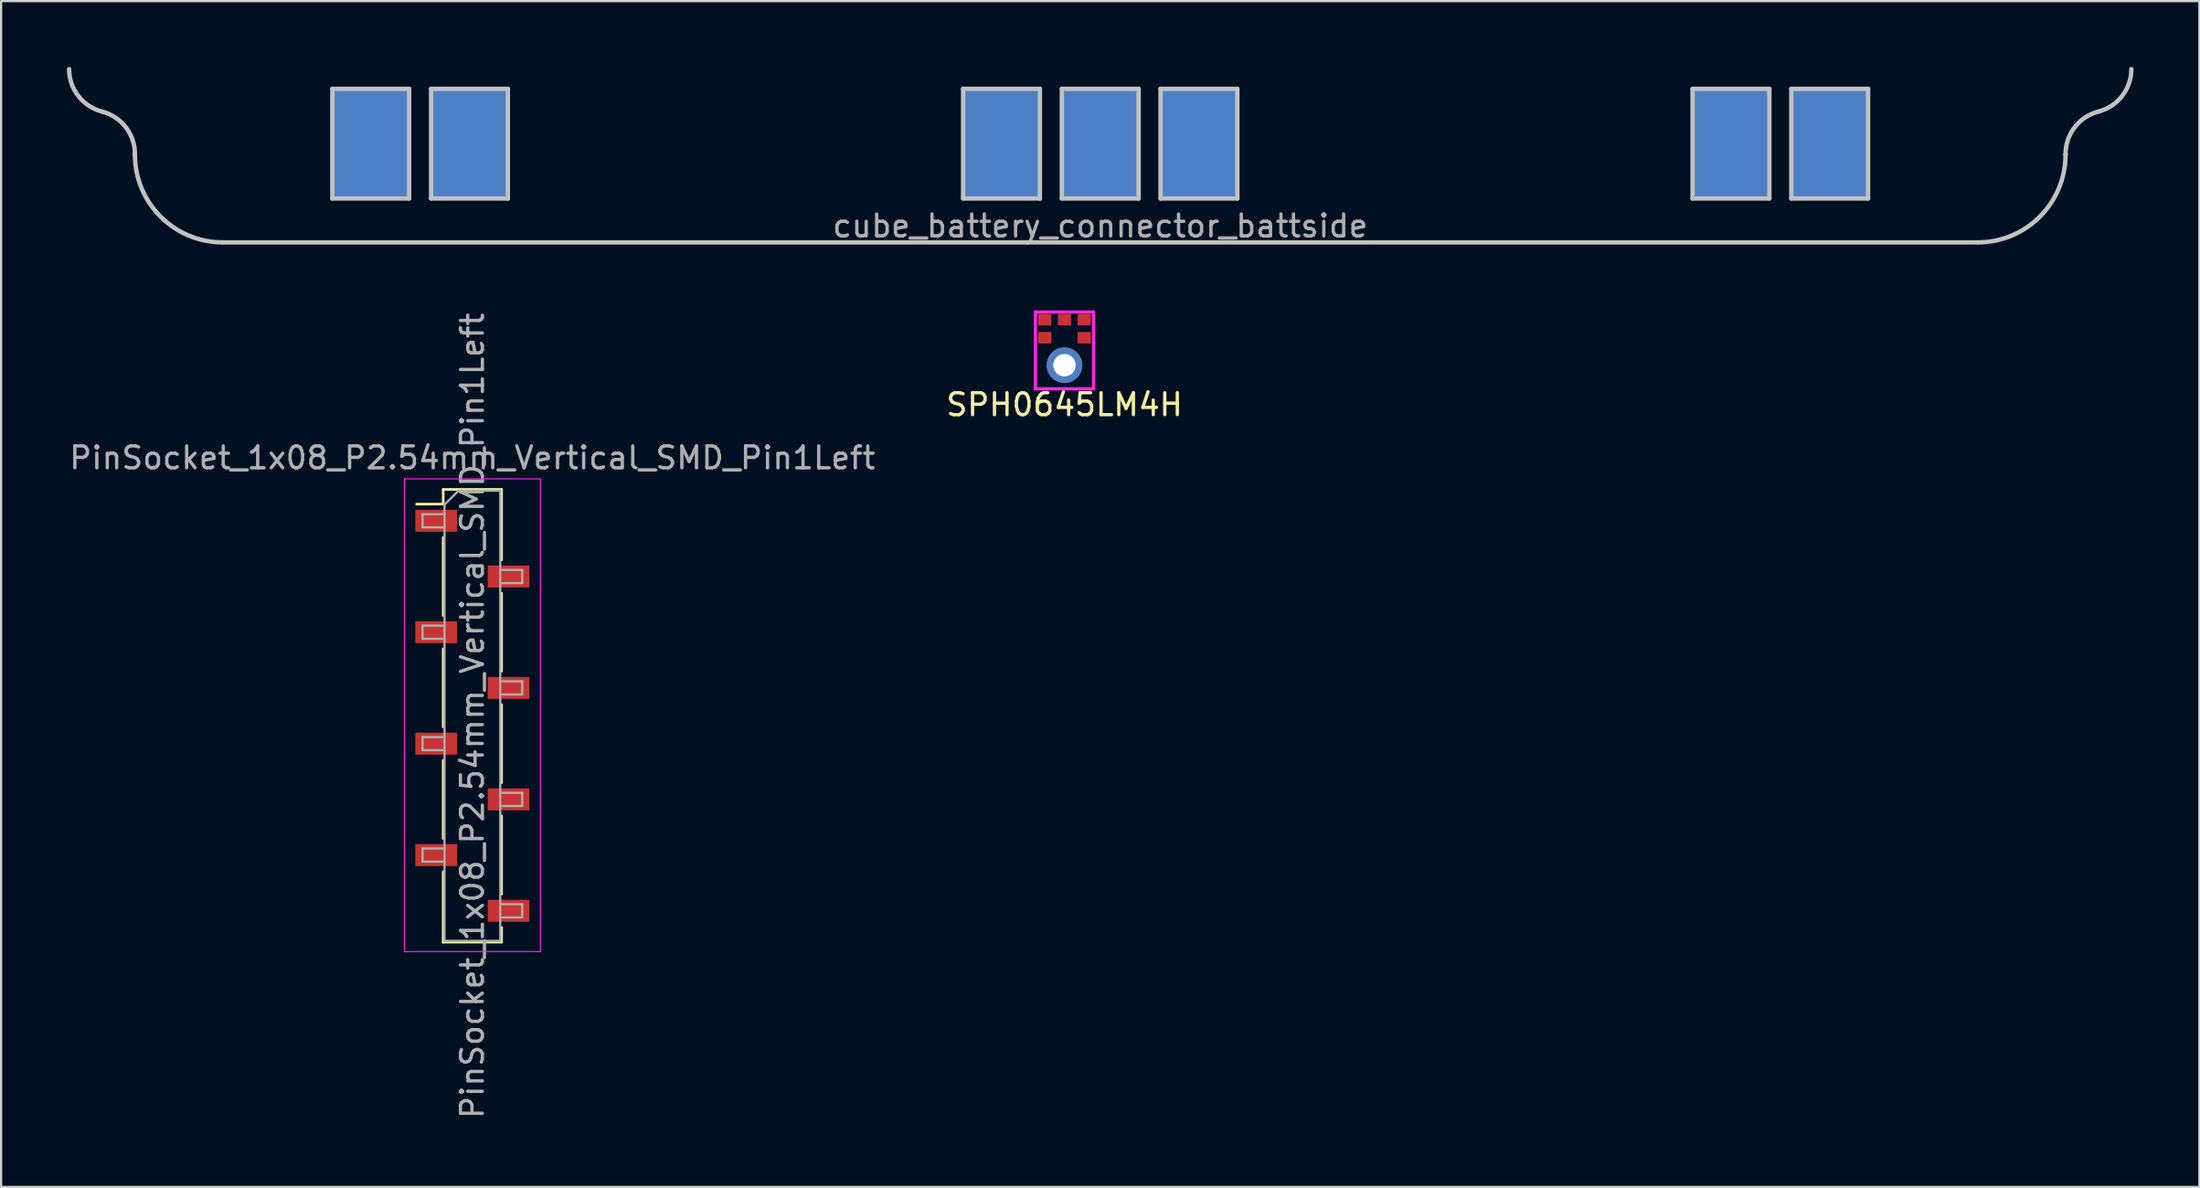
<source format=kicad_pcb>
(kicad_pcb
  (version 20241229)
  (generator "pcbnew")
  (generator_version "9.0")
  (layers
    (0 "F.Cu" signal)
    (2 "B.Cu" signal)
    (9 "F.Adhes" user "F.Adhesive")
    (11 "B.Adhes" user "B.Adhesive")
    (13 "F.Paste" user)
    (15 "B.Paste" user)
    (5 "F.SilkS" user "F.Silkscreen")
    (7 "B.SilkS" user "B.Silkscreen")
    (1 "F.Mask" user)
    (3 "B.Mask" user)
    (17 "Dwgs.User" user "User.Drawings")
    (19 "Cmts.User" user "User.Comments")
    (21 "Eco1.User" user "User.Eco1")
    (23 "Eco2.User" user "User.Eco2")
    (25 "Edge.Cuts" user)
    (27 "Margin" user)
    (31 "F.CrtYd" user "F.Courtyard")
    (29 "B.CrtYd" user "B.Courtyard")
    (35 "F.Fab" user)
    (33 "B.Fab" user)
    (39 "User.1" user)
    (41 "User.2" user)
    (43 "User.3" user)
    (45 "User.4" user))
  (footprint "PinSocket_1x08_P2.54mm_Vertical_SMD_Pin1Left"
    (layer "F.Cu")
    (at 18.482 29.582)
    (property "Reference" "PinSocket_1x08_P2.54mm_Vertical_SMD_Pin1Left" (at 0 -11.76 0) (layer "F.Fab") (effects (font (size 1 1) (thickness 0.15))))
    (attr smd)
    (fp_line (start -2.54 -9.65) (end -1.33 -9.65) (stroke (width 0.12) (type solid)) (layer "F.SilkS"))
    (fp_line (start -1.33 -10.32) (end -1.33 -9.65) (stroke (width 0.12) (type solid)) (layer "F.SilkS"))
    (fp_line (start -1.33 -10.32) (end 1.33 -10.32) (stroke (width 0.12) (type solid)) (layer "F.SilkS"))
    (fp_line (start -1.33 -8.13) (end -1.33 -4.57) (stroke (width 0.12) (type solid)) (layer "F.SilkS"))
    (fp_line (start -1.33 -3.05) (end -1.33 0.51) (stroke (width 0.12) (type solid)) (layer "F.SilkS"))
    (fp_line (start -1.33 2.03) (end -1.33 5.59) (stroke (width 0.12) (type solid)) (layer "F.SilkS"))
    (fp_line (start -1.33 7.11) (end -1.33 10.32) (stroke (width 0.12) (type solid)) (layer "F.SilkS"))
    (fp_line (start -1.33 10.32) (end 1.33 10.32) (stroke (width 0.12) (type solid)) (layer "F.SilkS"))
    (fp_line (start 1.33 -10.32) (end 1.33 -7.11) (stroke (width 0.12) (type solid)) (layer "F.SilkS"))
    (fp_line (start 1.33 -5.59) (end 1.33 -2.03) (stroke (width 0.12) (type solid)) (layer "F.SilkS"))
    (fp_line (start 1.33 -0.51) (end 1.33 3.05) (stroke (width 0.12) (type solid)) (layer "F.SilkS"))
    (fp_line (start 1.33 4.57) (end 1.33 8.13) (stroke (width 0.12) (type solid)) (layer "F.SilkS"))
    (fp_line (start 1.33 9.65) (end 1.33 10.32) (stroke (width 0.12) (type solid)) (layer "F.SilkS"))
    (fp_line (start -3.1 -10.8) (end 3.1 -10.8) (stroke (width 0.05) (type solid)) (layer "F.CrtYd"))
    (fp_line (start -3.1 10.75) (end -3.1 -10.8) (stroke (width 0.05) (type solid)) (layer "F.CrtYd"))
    (fp_line (start 3.1 -10.8) (end 3.1 10.75) (stroke (width 0.05) (type solid)) (layer "F.CrtYd"))
    (fp_line (start 3.1 10.75) (end -3.1 10.75) (stroke (width 0.05) (type solid)) (layer "F.CrtYd"))
    (fp_line (start -2.27 -9.19) (end -1.27 -9.19) (stroke (width 0.1) (type solid)) (layer "F.Fab"))
    (fp_line (start -2.27 -8.59) (end -2.27 -9.19) (stroke (width 0.1) (type solid)) (layer "F.Fab"))
    (fp_line (start -2.27 -4.11) (end -1.27 -4.11) (stroke (width 0.1) (type solid)) (layer "F.Fab"))
    (fp_line (start -2.27 -3.51) (end -2.27 -4.11) (stroke (width 0.1) (type solid)) (layer "F.Fab"))
    (fp_line (start -2.27 0.97) (end -1.27 0.97) (stroke (width 0.1) (type solid)) (layer "F.Fab"))
    (fp_line (start -2.27 1.57) (end -2.27 0.97) (stroke (width 0.1) (type solid)) (layer "F.Fab"))
    (fp_line (start -2.27 6.05) (end -1.27 6.05) (stroke (width 0.1) (type solid)) (layer "F.Fab"))
    (fp_line (start -2.27 6.65) (end -2.27 6.05) (stroke (width 0.1) (type solid)) (layer "F.Fab"))
    (fp_line (start -1.27 -9.625) (end -0.635 -10.26) (stroke (width 0.1) (type solid)) (layer "F.Fab"))
    (fp_line (start -1.27 -8.59) (end -2.27 -8.59) (stroke (width 0.1) (type solid)) (layer "F.Fab"))
    (fp_line (start -1.27 -3.51) (end -2.27 -3.51) (stroke (width 0.1) (type solid)) (layer "F.Fab"))
    (fp_line (start -1.27 1.57) (end -2.27 1.57) (stroke (width 0.1) (type solid)) (layer "F.Fab"))
    (fp_line (start -1.27 6.65) (end -2.27 6.65) (stroke (width 0.1) (type solid)) (layer "F.Fab"))
    (fp_line (start -1.27 10.26) (end -1.27 -9.625) (stroke (width 0.1) (type solid)) (layer "F.Fab"))
    (fp_line (start -0.635 -10.26) (end 1.27 -10.26) (stroke (width 0.1) (type solid)) (layer "F.Fab"))
    (fp_line (start 1.27 -10.26) (end 1.27 10.26) (stroke (width 0.1) (type solid)) (layer "F.Fab"))
    (fp_line (start 1.27 -6.65) (end 2.27 -6.65) (stroke (width 0.1) (type solid)) (layer "F.Fab"))
    (fp_line (start 1.27 -1.57) (end 2.27 -1.57) (stroke (width 0.1) (type solid)) (layer "F.Fab"))
    (fp_line (start 1.27 3.51) (end 2.27 3.51) (stroke (width 0.1) (type solid)) (layer "F.Fab"))
    (fp_line (start 1.27 8.59) (end 2.27 8.59) (stroke (width 0.1) (type solid)) (layer "F.Fab"))
    (fp_line (start 1.27 10.26) (end -1.27 10.26) (stroke (width 0.1) (type solid)) (layer "F.Fab"))
    (fp_line (start 2.27 -6.65) (end 2.27 -6.05) (stroke (width 0.1) (type solid)) (layer "F.Fab"))
    (fp_line (start 2.27 -6.05) (end 1.27 -6.05) (stroke (width 0.1) (type solid)) (layer "F.Fab"))
    (fp_line (start 2.27 -1.57) (end 2.27 -0.97) (stroke (width 0.1) (type solid)) (layer "F.Fab"))
    (fp_line (start 2.27 -0.97) (end 1.27 -0.97) (stroke (width 0.1) (type solid)) (layer "F.Fab"))
    (fp_line (start 2.27 3.51) (end 2.27 4.11) (stroke (width 0.1) (type solid)) (layer "F.Fab"))
    (fp_line (start 2.27 4.11) (end 1.27 4.11) (stroke (width 0.1) (type solid)) (layer "F.Fab"))
    (fp_line (start 2.27 8.59) (end 2.27 9.19) (stroke (width 0.1) (type solid)) (layer "F.Fab"))
    (fp_line (start 2.27 9.19) (end 1.27 9.19) (stroke (width 0.1) (type solid)) (layer "F.Fab"))
    (fp_text user "${REFERENCE}" (at 0 0 90) (layer "F.Fab") (effects (font (size 1 1) (thickness 0.15))))
    (pad "1" smd rect (at -1.65 -8.89) (size 1.9 1) (layers "F.Cu" "F.Mask" "F.Paste"))
    (pad "2" smd rect (at 1.65 -6.35) (size 1.9 1) (layers "F.Cu" "F.Mask" "F.Paste"))
    (pad "3" smd rect (at -1.65 -3.81) (size 1.9 1) (layers "F.Cu" "F.Mask" "F.Paste"))
    (pad "4" smd rect (at 1.65 -1.27) (size 1.9 1) (layers "F.Cu" "F.Mask" "F.Paste"))
    (pad "5" smd rect (at -1.65 1.27) (size 1.9 1) (layers "F.Cu" "F.Mask" "F.Paste"))
    (pad "6" smd rect (at 1.65 3.81) (size 1.9 1) (layers "F.Cu" "F.Mask" "F.Paste"))
    (pad "7" smd rect (at -1.65 6.35) (size 1.9 1) (layers "F.Cu" "F.Mask" "F.Paste"))
    (pad "8" smd rect (at 1.65 8.89) (size 1.9 1) (layers "F.Cu" "F.Mask" "F.Paste")))
  (footprint "SPH0645LM4H"
    (layer "F.Cu")
    (at 45.47 12.925)
    (property "Reference" "SPH0645LM4H" (at 0 2.474 0) (layer "F.SilkS") (effects (font (size 1 1) (thickness 0.15))))
    (attr through_hole)
    (fp_arc (start -0.636211 0.481149) (mid -0.472721 0.20657) (end -0.2 0.04) (stroke (width 0.3) (type solid)) (layer "F.Paste"))
    (fp_arc (start -0.183425 1.311912) (mid -0.472068 1.140614) (end -0.64 0.85) (stroke (width 0.3) (type solid)) (layer "F.Paste"))
    (fp_arc (start 0.168626 0.035203) (mid 0.468857 0.208523) (end 0.64 0.51) (stroke (width 0.3) (type solid)) (layer "F.Paste"))
    (fp_arc (start 0.628609 0.869568) (mid 0.456004 1.148823) (end 0.17 1.31) (stroke (width 0.3) (type solid)) (layer "F.Paste"))
    (fp_line (start -1.325 -1.75) (end -1.325 1.75) (stroke (width 0.15) (type solid)) (layer "F.CrtYd"))
    (fp_line (start -1.325 1.75) (end 1.325 1.75) (stroke (width 0.15) (type solid)) (layer "F.CrtYd"))
    (fp_line (start 1.325 -1.75) (end -1.325 -1.75) (stroke (width 0.15) (type solid)) (layer "F.CrtYd"))
    (fp_line (start 1.325 1.75) (end 1.325 -1.75) (stroke (width 0.15) (type solid)) (layer "F.CrtYd"))
    (pad "1" smd rect (at -0.9 -1.4) (size 0.6 0.522) (layers "F.Cu" "F.Mask" "F.Paste"))
    (pad "2" smd rect (at -0.9 -0.578) (size 0.6 0.522) (layers "F.Cu" "F.Mask" "F.Paste"))
    (pad "3" thru_hole circle (at 0 0.674) (size 1.624 1.624) (drill 1.024) (layers "*.Cu" "*.Mask"))
    (pad "4" smd rect (at 0.9 -0.578) (size 0.6 0.522) (layers "F.Cu" "F.Mask" "F.Paste"))
    (pad "5" smd rect (at 0.9 -1.4) (size 0.6 0.522) (layers "F.Cu" "F.Mask" "F.Paste"))
    (pad "6" smd rect (at 0 -1.4) (size 0.6 0.522) (layers "F.Cu" "F.Mask" "F.Paste")))
  (footprint "cube_battery_connector_battside"
    (layer "F.Cu")
    (at 47.1 3.5)
    (property "Reference" "cube_battery_connector_battside" (at 0 3.75 0) (layer "F.Fab") (effects (font (size 1 1) (thickness 0.15))))
    (attr through_hole)
    (fp_line (start -44 0.473) (end -44 0.5) (stroke (width 0.2) (type solid)) (layer "Dwgs.User"))
    (fp_line (start -40 4.5) (end 40 4.5) (stroke (width 0.2) (type solid)) (layer "Dwgs.User"))
    (fp_line (start -35 -2.5) (end -31.5 -2.5) (stroke (width 0.2) (type solid)) (layer "Dwgs.User"))
    (fp_line (start -35 2.5) (end -35 -2.5) (stroke (width 0.2) (type solid)) (layer "Dwgs.User"))
    (fp_line (start -31.5 -2.5) (end -31.5 2.5) (stroke (width 0.2) (type solid)) (layer "Dwgs.User"))
    (fp_line (start -31.5 2.5) (end -35 2.5) (stroke (width 0.2) (type solid)) (layer "Dwgs.User"))
    (fp_line (start -30.5 -2.5) (end -27 -2.5) (stroke (width 0.2) (type solid)) (layer "Dwgs.User"))
    (fp_line (start -30.5 2.5) (end -30.5 -2.5) (stroke (width 0.2) (type solid)) (layer "Dwgs.User"))
    (fp_line (start -27 -2.5) (end -27 2.5) (stroke (width 0.2) (type solid)) (layer "Dwgs.User"))
    (fp_line (start -27 2.5) (end -30.5 2.5) (stroke (width 0.2) (type solid)) (layer "Dwgs.User"))
    (fp_line (start -6.25 -2.5) (end -6.25 2.5) (stroke (width 0.2) (type solid)) (layer "Dwgs.User"))
    (fp_line (start -6.25 2.5) (end -2.75 2.5) (stroke (width 0.2) (type solid)) (layer "Dwgs.User"))
    (fp_line (start -2.75 -2.5) (end -6.25 -2.5) (stroke (width 0.2) (type solid)) (layer "Dwgs.User"))
    (fp_line (start -2.75 2.5) (end -2.75 -2.5) (stroke (width 0.2) (type solid)) (layer "Dwgs.User"))
    (fp_line (start -1.75 -2.5) (end 1.75 -2.5) (stroke (width 0.2) (type solid)) (layer "Dwgs.User"))
    (fp_line (start -1.75 2.5) (end -1.75 -2.5) (stroke (width 0.2) (type solid)) (layer "Dwgs.User"))
    (fp_line (start 1.75 -2.5) (end 1.75 2.5) (stroke (width 0.2) (type solid)) (layer "Dwgs.User"))
    (fp_line (start 1.75 2.5) (end -1.75 2.5) (stroke (width 0.2) (type solid)) (layer "Dwgs.User"))
    (fp_line (start 2.75 -2.5) (end 6.25 -2.5) (stroke (width 0.2) (type solid)) (layer "Dwgs.User"))
    (fp_line (start 2.75 2.5) (end 2.75 -2.5) (stroke (width 0.2) (type solid)) (layer "Dwgs.User"))
    (fp_line (start 6.25 -2.5) (end 6.25 2.5) (stroke (width 0.2) (type solid)) (layer "Dwgs.User"))
    (fp_line (start 6.25 2.5) (end 2.75 2.5) (stroke (width 0.2) (type solid)) (layer "Dwgs.User"))
    (fp_line (start 27 -2.5) (end 30.5 -2.5) (stroke (width 0.2) (type solid)) (layer "Dwgs.User"))
    (fp_line (start 27 2.5) (end 27 -2.5) (stroke (width 0.2) (type solid)) (layer "Dwgs.User"))
    (fp_line (start 30.5 -2.5) (end 30.5 2.5) (stroke (width 0.2) (type solid)) (layer "Dwgs.User"))
    (fp_line (start 30.5 2.5) (end 27 2.5) (stroke (width 0.2) (type solid)) (layer "Dwgs.User"))
    (fp_line (start 31.5 -2.5) (end 35 -2.5) (stroke (width 0.2) (type solid)) (layer "Dwgs.User"))
    (fp_line (start 31.5 2.5) (end 31.5 -2.5) (stroke (width 0.2) (type solid)) (layer "Dwgs.User"))
    (fp_line (start 35 -2.5) (end 35 2.5) (stroke (width 0.2) (type solid)) (layer "Dwgs.User"))
    (fp_line (start 35 2.5) (end 31.5 2.5) (stroke (width 0.2) (type solid)) (layer "Dwgs.User"))
    (fp_line (start 44 0.5) (end 44 0.473) (stroke (width 0.2) (type solid)) (layer "Dwgs.User"))
    (fp_arc (start -45.500001 -1.463509) (mid -44.418862 -0.751762) (end -44 0.472983) (stroke (width 0.2) (type solid)) (layer "Dwgs.User"))
    (fp_arc (start -45.499999 -1.463508) (mid -46.581138 -2.175255) (end -47 -3.4) (stroke (width 0.2) (type solid)) (layer "Dwgs.User"))
    (fp_arc (start -40 4.5) (mid -42.828427 3.328427) (end -44 0.5) (stroke (width 0.2) (type solid)) (layer "Dwgs.User"))
    (fp_arc (start 44 0.499999) (mid 42.828427 3.328426) (end 40 4.5) (stroke (width 0.2) (type solid)) (layer "Dwgs.User"))
    (fp_arc (start 44.000001 0.472983) (mid 44.418862 -0.751761) (end 45.5 -1.463508) (stroke (width 0.2) (type solid)) (layer "Dwgs.User"))
    (fp_arc (start 47.000001 -3.4) (mid 46.581139 -2.175255) (end 45.5 -1.463508) (stroke (width 0.2) (type solid)) (layer "Dwgs.User"))
    (pad "1" smd roundrect (at -33.25 0) (size 3.5 5) (layers "B.Cu" "B.Mask") (roundrect_rratio 0.1))
    (pad "1" smd roundrect (at -28.75 0) (size 3.5 5) (layers "B.Cu" "B.Mask") (roundrect_rratio 0.1))
    (pad "2" smd roundrect (at -4.5 0) (size 3.5 5) (layers "B.Cu" "B.Mask") (roundrect_rratio 0.1))
    (pad "3" smd roundrect (at 0 0) (size 3.5 5) (layers "B.Cu" "B.Mask") (roundrect_rratio 0.1))
    (pad "4" smd roundrect (at 4.5 0) (size 3.5 5) (layers "B.Cu" "B.Mask") (roundrect_rratio 0.1))
    (pad "5" smd roundrect (at 28.75 0) (size 3.5 5) (layers "B.Cu" "B.Mask") (roundrect_rratio 0.1))
    (pad "5" smd roundrect (at 33.25 0) (size 3.5 5) (layers "B.Cu" "B.Mask") (roundrect_rratio 0.1)))
  (gr_rect
    (start -3 -3)
    (end 97.2 51.064)
    (stroke (width 0.1) (type default))
    (fill no)
    (layer "Edge.Cuts")))
</source>
